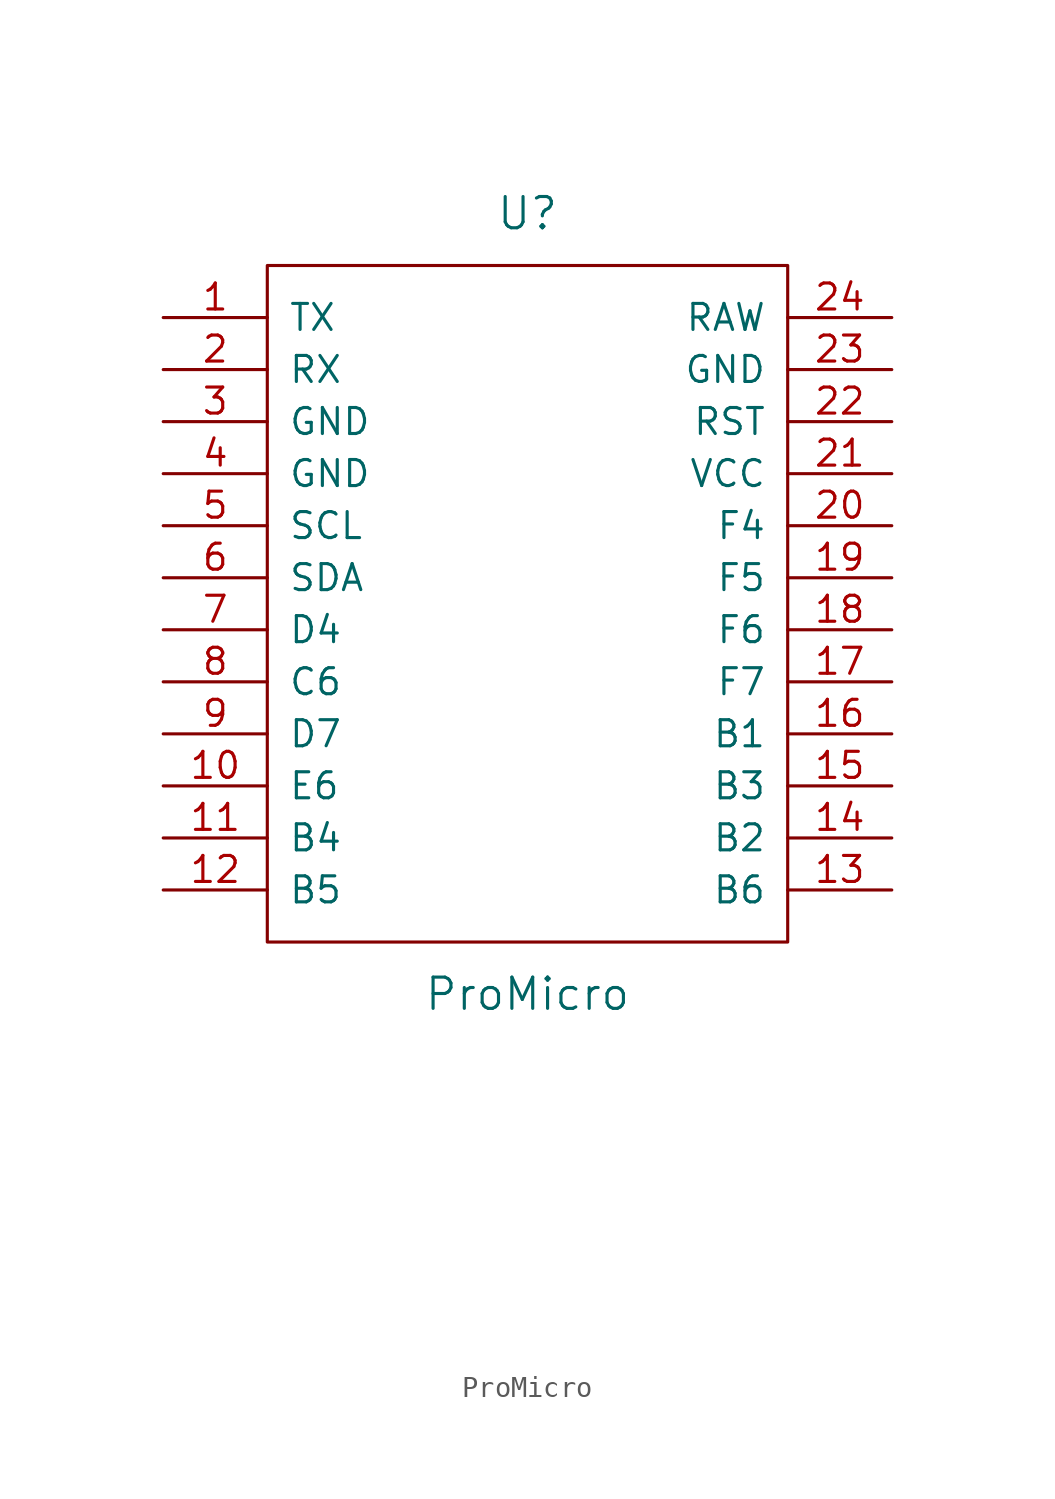
<source format=kicad_sym>
(kicad_symbol_lib
  (version 20201005)
  (generator kicad_symbol_editor)
  (symbol "ProMicro"
    (pin_names
      (offset 1.016))
    (property "Reference" "U"
      (at 0 24.13 0)
      (effects (font (size 1.524 1.524))))
    (property "Value" "ProMicro"
      (at 0 -13.97 0)
      (effects (font (size 1.524 1.524))))
    (property "Footprint" ""
      (at 2.54 -26.67 0)
      (effects (font (size 1.524 1.524))))
    (property "Datasheet" ""
      (at 2.54 -26.67 0)
      (effects (font (size 1.524 1.524))))
    (symbol "ProMicro_0_1"
      (rectangle (start -12.7 21.59) (end 12.7 -11.43) (stroke (width 0)) (fill (type none))))
    (symbol "ProMicro_1_1"
      (pin bidirectional line (at -17.78 19.05 0) (length 5.08) (name "TX" (effects (font (size 1.27 1.27)))) (number "1" (effects (font (size 1.27 1.27)))))
      (pin bidirectional line (at -17.78 16.51 0) (length 5.08) (name "RX" (effects (font (size 1.27 1.27)))) (number "2" (effects (font (size 1.27 1.27)))))
      (pin power_in line (at -17.78 13.97 0) (length 5.08) (name "GND" (effects (font (size 1.27 1.27)))) (number "3" (effects (font (size 1.27 1.27)))))
      (pin power_in line (at -17.78 11.43 0) (length 5.08) (name "GND" (effects (font (size 1.27 1.27)))) (number "4" (effects (font (size 1.27 1.27)))))
      (pin bidirectional line (at -17.78 8.89 0) (length 5.08) (name "SCL" (effects (font (size 1.27 1.27)))) (number "5" (effects (font (size 1.27 1.27)))))
      (pin bidirectional line (at -17.78 6.35 0) (length 5.08) (name "SDA" (effects (font (size 1.27 1.27)))) (number "6" (effects (font (size 1.27 1.27)))))
      (pin bidirectional line (at -17.78 3.81 0) (length 5.08) (name "D4" (effects (font (size 1.27 1.27)))) (number "7" (effects (font (size 1.27 1.27)))))
      (pin bidirectional line (at -17.78 1.27 0) (length 5.08) (name "C6" (effects (font (size 1.27 1.27)))) (number "8" (effects (font (size 1.27 1.27)))))
      (pin bidirectional line (at -17.78 -1.27 0) (length 5.08) (name "D7" (effects (font (size 1.27 1.27)))) (number "9" (effects (font (size 1.27 1.27)))))
      (pin bidirectional line (at -17.78 -3.81 0) (length 5.08) (name "E6" (effects (font (size 1.27 1.27)))) (number "10" (effects (font (size 1.27 1.27)))))
      (pin bidirectional line (at 17.78 8.89 180) (length 5.08) (name "F4" (effects (font (size 1.27 1.27)))) (number "20" (effects (font (size 1.27 1.27)))))
      (pin bidirectional line (at -17.78 -6.35 0) (length 5.08) (name "B4" (effects (font (size 1.27 1.27)))) (number "11" (effects (font (size 1.27 1.27)))))
      (pin power_in line (at 17.78 11.43 180) (length 5.08) (name "VCC" (effects (font (size 1.27 1.27)))) (number "21" (effects (font (size 1.27 1.27)))))
      (pin bidirectional line (at -17.78 -8.89 0) (length 5.08) (name "B5" (effects (font (size 1.27 1.27)))) (number "12" (effects (font (size 1.27 1.27)))))
      (pin input line (at 17.78 13.97 180) (length 5.08) (name "RST" (effects (font (size 1.27 1.27)))) (number "22" (effects (font (size 1.27 1.27)))))
      (pin bidirectional line (at 17.78 -8.89 180) (length 5.08) (name "B6" (effects (font (size 1.27 1.27)))) (number "13" (effects (font (size 1.27 1.27)))))
      (pin power_in line (at 17.78 16.51 180) (length 5.08) (name "GND" (effects (font (size 1.27 1.27)))) (number "23" (effects (font (size 1.27 1.27)))))
      (pin bidirectional line (at 17.78 -6.35 180) (length 5.08) (name "B2" (effects (font (size 1.27 1.27)))) (number "14" (effects (font (size 1.27 1.27)))))
      (pin power_out line (at 17.78 19.05 180) (length 5.08) (name "RAW" (effects (font (size 1.27 1.27)))) (number "24" (effects (font (size 1.27 1.27)))))
      (pin bidirectional line (at 17.78 -3.81 180) (length 5.08) (name "B3" (effects (font (size 1.27 1.27)))) (number "15" (effects (font (size 1.27 1.27)))))
      (pin bidirectional line (at 17.78 -1.27 180) (length 5.08) (name "B1" (effects (font (size 1.27 1.27)))) (number "16" (effects (font (size 1.27 1.27)))))
      (pin bidirectional line (at 17.78 1.27 180) (length 5.08) (name "F7" (effects (font (size 1.27 1.27)))) (number "17" (effects (font (size 1.27 1.27)))))
      (pin bidirectional line (at 17.78 3.81 180) (length 5.08) (name "F6" (effects (font (size 1.27 1.27)))) (number "18" (effects (font (size 1.27 1.27)))))
      (pin bidirectional line (at 17.78 6.35 180) (length 5.08) (name "F5" (effects (font (size 1.27 1.27)))) (number "19" (effects (font (size 1.27 1.27))))))))
</source>
